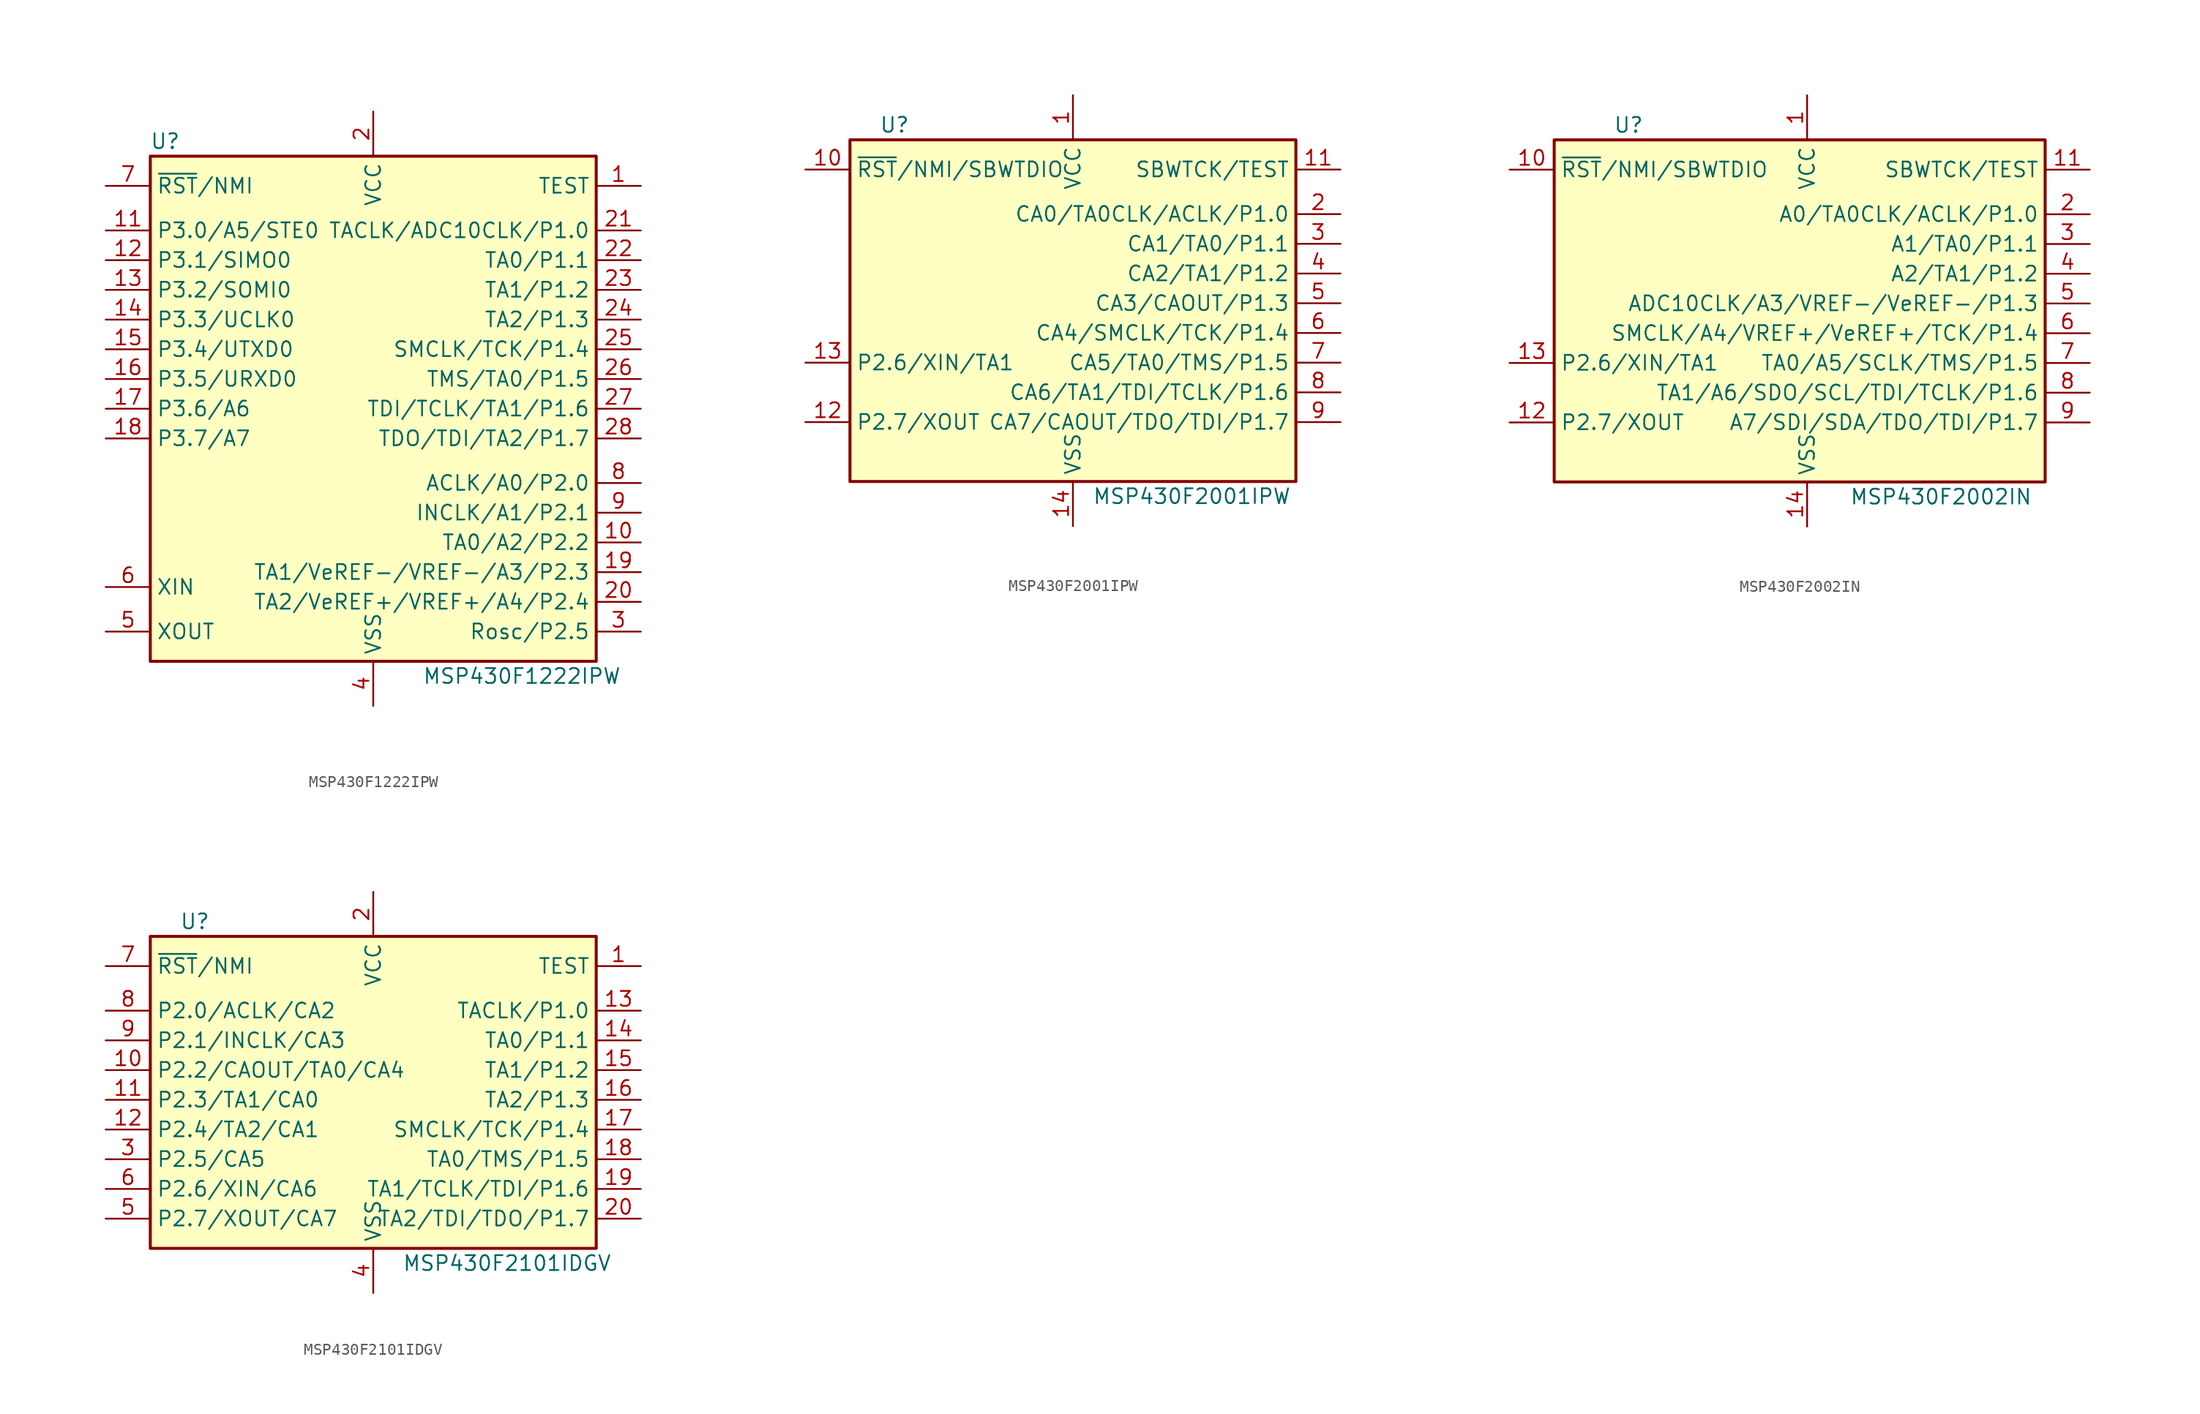
<source format=kicad_sym>
(kicad_symbol_lib
  (version 20201005)
  (generator kicad_symbol_editor)
  (symbol "MSP430F1222IPW"
    (property "Reference" "U"
      (at -17.78 22.86 0)
      (effects (font (size 1.27 1.27))))
    (property "Value" "MSP430F1222IPW"
      (at 12.7 -22.86 0)
      (effects (font (size 1.27 1.27))))
    (symbol "MSP430F1222IPW_0_1"
      (rectangle (start -19.05 21.59) (end 19.05 -21.59) (stroke (width 0.254)) (fill (type background))))
    (symbol "MSP430F1222IPW_1_1"
      (pin input line (at 22.86 19.05 180) (length 3.81) (name "TEST" (effects (font (size 1.27 1.27)))) (number "1" (effects (font (size 1.27 1.27)))))
      (pin bidirectional line (at 22.86 -11.43 180) (length 3.81) (name "TA0/A2/P2.2" (effects (font (size 1.27 1.27)))) (number "10" (effects (font (size 1.27 1.27)))))
      (pin bidirectional line (at -22.86 15.24 0) (length 3.81) (name "P3.0/A5/STE0" (effects (font (size 1.27 1.27)))) (number "11" (effects (font (size 1.27 1.27)))))
      (pin bidirectional line (at -22.86 12.7 0) (length 3.81) (name "P3.1/SIMO0" (effects (font (size 1.27 1.27)))) (number "12" (effects (font (size 1.27 1.27)))))
      (pin bidirectional line (at -22.86 10.16 0) (length 3.81) (name "P3.2/SOMI0" (effects (font (size 1.27 1.27)))) (number "13" (effects (font (size 1.27 1.27)))))
      (pin bidirectional line (at -22.86 7.62 0) (length 3.81) (name "P3.3/UCLK0" (effects (font (size 1.27 1.27)))) (number "14" (effects (font (size 1.27 1.27)))))
      (pin bidirectional line (at -22.86 5.08 0) (length 3.81) (name "P3.4/UTXD0" (effects (font (size 1.27 1.27)))) (number "15" (effects (font (size 1.27 1.27)))))
      (pin bidirectional line (at -22.86 2.54 0) (length 3.81) (name "P3.5/URXD0" (effects (font (size 1.27 1.27)))) (number "16" (effects (font (size 1.27 1.27)))))
      (pin bidirectional line (at -22.86 0 0) (length 3.81) (name "P3.6/A6" (effects (font (size 1.27 1.27)))) (number "17" (effects (font (size 1.27 1.27)))))
      (pin bidirectional line (at -22.86 -2.54 0) (length 3.81) (name "P3.7/A7" (effects (font (size 1.27 1.27)))) (number "18" (effects (font (size 1.27 1.27)))))
      (pin bidirectional line (at 22.86 -13.97 180) (length 3.81) (name "TA1/VeREF-/VREF-/A3/P2.3" (effects (font (size 1.27 1.27)))) (number "19" (effects (font (size 1.27 1.27)))))
      (pin power_in line (at 0 25.4 270) (length 3.81) (name "VCC" (effects (font (size 1.27 1.27)))) (number "2" (effects (font (size 1.27 1.27)))))
      (pin bidirectional line (at 22.86 -16.51 180) (length 3.81) (name "TA2/VeREF+/VREF+/A4/P2.4" (effects (font (size 1.27 1.27)))) (number "20" (effects (font (size 1.27 1.27)))))
      (pin bidirectional line (at 22.86 15.24 180) (length 3.81) (name "TACLK/ADC10CLK/P1.0" (effects (font (size 1.27 1.27)))) (number "21" (effects (font (size 1.27 1.27)))))
      (pin bidirectional line (at 22.86 12.7 180) (length 3.81) (name "TA0/P1.1" (effects (font (size 1.27 1.27)))) (number "22" (effects (font (size 1.27 1.27)))))
      (pin bidirectional line (at 22.86 10.16 180) (length 3.81) (name "TA1/P1.2" (effects (font (size 1.27 1.27)))) (number "23" (effects (font (size 1.27 1.27)))))
      (pin bidirectional line (at 22.86 7.62 180) (length 3.81) (name "TA2/P1.3" (effects (font (size 1.27 1.27)))) (number "24" (effects (font (size 1.27 1.27)))))
      (pin bidirectional line (at 22.86 5.08 180) (length 3.81) (name "SMCLK/TCK/P1.4" (effects (font (size 1.27 1.27)))) (number "25" (effects (font (size 1.27 1.27)))))
      (pin bidirectional line (at 22.86 2.54 180) (length 3.81) (name "TMS/TA0/P1.5" (effects (font (size 1.27 1.27)))) (number "26" (effects (font (size 1.27 1.27)))))
      (pin bidirectional line (at 22.86 0 180) (length 3.81) (name "TDI/TCLK/TA1/P1.6" (effects (font (size 1.27 1.27)))) (number "27" (effects (font (size 1.27 1.27)))))
      (pin bidirectional line (at 22.86 -2.54 180) (length 3.81) (name "TDO/TDI/TA2/P1.7" (effects (font (size 1.27 1.27)))) (number "28" (effects (font (size 1.27 1.27)))))
      (pin bidirectional line (at 22.86 -19.05 180) (length 3.81) (name "Rosc/P2.5" (effects (font (size 1.27 1.27)))) (number "3" (effects (font (size 1.27 1.27)))))
      (pin power_in line (at 0 -25.4 90) (length 3.81) (name "VSS" (effects (font (size 1.27 1.27)))) (number "4" (effects (font (size 1.27 1.27)))))
      (pin output line (at -22.86 -19.05 0) (length 3.81) (name "XOUT" (effects (font (size 1.27 1.27)))) (number "5" (effects (font (size 1.27 1.27)))))
      (pin input line (at -22.86 -15.24 0) (length 3.81) (name "XIN" (effects (font (size 1.27 1.27)))) (number "6" (effects (font (size 1.27 1.27)))))
      (pin input line (at -22.86 19.05 0) (length 3.81) (name "~RST~/NMI" (effects (font (size 1.27 1.27)))) (number "7" (effects (font (size 1.27 1.27)))))
      (pin bidirectional line (at 22.86 -6.35 180) (length 3.81) (name "ACLK/A0/P2.0" (effects (font (size 1.27 1.27)))) (number "8" (effects (font (size 1.27 1.27)))))
      (pin bidirectional line (at 22.86 -8.89 180) (length 3.81) (name "INCLK/A1/P2.1" (effects (font (size 1.27 1.27)))) (number "9" (effects (font (size 1.27 1.27)))))))
  (symbol "MSP430F2001IPW"
    (property "Reference" "U"
      (at -15.24 15.24 0)
      (effects (font (size 1.27 1.27))))
    (property "Value" "MSP430F2001IPW"
      (at 10.16 -16.51 0)
      (effects (font (size 1.27 1.27))))
    (symbol "MSP430F2001IPW_0_1"
      (rectangle (start -19.05 13.97) (end 19.05 -15.24) (stroke (width 0.254)) (fill (type background))))
    (symbol "MSP430F2001IPW_1_1"
      (pin power_in line (at 0 17.78 270) (length 3.81) (name "VCC" (effects (font (size 1.27 1.27)))) (number "1" (effects (font (size 1.27 1.27)))))
      (pin input line (at -22.86 11.43 0) (length 3.81) (name "~RST~/NMI/SBWTDIO" (effects (font (size 1.27 1.27)))) (number "10" (effects (font (size 1.27 1.27)))))
      (pin input line (at 22.86 11.43 180) (length 3.81) (name "SBWTCK/TEST" (effects (font (size 1.27 1.27)))) (number "11" (effects (font (size 1.27 1.27)))))
      (pin bidirectional line (at -22.86 -10.16 0) (length 3.81) (name "P2.7/XOUT" (effects (font (size 1.27 1.27)))) (number "12" (effects (font (size 1.27 1.27)))))
      (pin bidirectional line (at -22.86 -5.08 0) (length 3.81) (name "P2.6/XIN/TA1" (effects (font (size 1.27 1.27)))) (number "13" (effects (font (size 1.27 1.27)))))
      (pin power_in line (at 0 -19.05 90) (length 3.81) (name "VSS" (effects (font (size 1.27 1.27)))) (number "14" (effects (font (size 1.27 1.27)))))
      (pin bidirectional line (at 22.86 7.62 180) (length 3.81) (name "CA0/TA0CLK/ACLK/P1.0" (effects (font (size 1.27 1.27)))) (number "2" (effects (font (size 1.27 1.27)))))
      (pin bidirectional line (at 22.86 5.08 180) (length 3.81) (name "CA1/TA0/P1.1" (effects (font (size 1.27 1.27)))) (number "3" (effects (font (size 1.27 1.27)))))
      (pin bidirectional line (at 22.86 2.54 180) (length 3.81) (name "CA2/TA1/P1.2" (effects (font (size 1.27 1.27)))) (number "4" (effects (font (size 1.27 1.27)))))
      (pin bidirectional line (at 22.86 0 180) (length 3.81) (name "CA3/CAOUT/P1.3" (effects (font (size 1.27 1.27)))) (number "5" (effects (font (size 1.27 1.27)))))
      (pin bidirectional line (at 22.86 -2.54 180) (length 3.81) (name "CA4/SMCLK/TCK/P1.4" (effects (font (size 1.27 1.27)))) (number "6" (effects (font (size 1.27 1.27)))))
      (pin bidirectional line (at 22.86 -5.08 180) (length 3.81) (name "CA5/TA0/TMS/P1.5" (effects (font (size 1.27 1.27)))) (number "7" (effects (font (size 1.27 1.27)))))
      (pin bidirectional line (at 22.86 -7.62 180) (length 3.81) (name "CA6/TA1/TDI/TCLK/P1.6" (effects (font (size 1.27 1.27)))) (number "8" (effects (font (size 1.27 1.27)))))
      (pin bidirectional line (at 22.86 -10.16 180) (length 3.81) (name "CA7/CAOUT/TDO/TDI/P1.7" (effects (font (size 1.27 1.27)))) (number "9" (effects (font (size 1.27 1.27)))))))
  (symbol "MSP430F2002IN"
    (property "Reference" "U"
      (at -15.24 15.24 0)
      (effects (font (size 1.27 1.27))))
    (property "Value" "MSP430F2002IN"
      (at 11.43 -16.51 0)
      (effects (font (size 1.27 1.27))))
    (symbol "MSP430F2002IN_0_1"
      (rectangle (start -21.59 13.97) (end 20.32 -15.24) (stroke (width 0.254)) (fill (type background))))
    (symbol "MSP430F2002IN_1_1"
      (pin power_in line (at 0 17.78 270) (length 3.81) (name "VCC" (effects (font (size 1.27 1.27)))) (number "1" (effects (font (size 1.27 1.27)))))
      (pin input line (at -25.4 11.43 0) (length 3.81) (name "~RST~/NMI/SBWTDIO" (effects (font (size 1.27 1.27)))) (number "10" (effects (font (size 1.27 1.27)))))
      (pin input line (at 24.13 11.43 180) (length 3.81) (name "SBWTCK/TEST" (effects (font (size 1.27 1.27)))) (number "11" (effects (font (size 1.27 1.27)))))
      (pin bidirectional line (at -25.4 -10.16 0) (length 3.81) (name "P2.7/XOUT" (effects (font (size 1.27 1.27)))) (number "12" (effects (font (size 1.27 1.27)))))
      (pin bidirectional line (at -25.4 -5.08 0) (length 3.81) (name "P2.6/XIN/TA1" (effects (font (size 1.27 1.27)))) (number "13" (effects (font (size 1.27 1.27)))))
      (pin power_in line (at 0 -19.05 90) (length 3.81) (name "VSS" (effects (font (size 1.27 1.27)))) (number "14" (effects (font (size 1.27 1.27)))))
      (pin bidirectional line (at 24.13 7.62 180) (length 3.81) (name "A0/TA0CLK/ACLK/P1.0" (effects (font (size 1.27 1.27)))) (number "2" (effects (font (size 1.27 1.27)))))
      (pin bidirectional line (at 24.13 5.08 180) (length 3.81) (name "A1/TA0/P1.1" (effects (font (size 1.27 1.27)))) (number "3" (effects (font (size 1.27 1.27)))))
      (pin bidirectional line (at 24.13 2.54 180) (length 3.81) (name "A2/TA1/P1.2" (effects (font (size 1.27 1.27)))) (number "4" (effects (font (size 1.27 1.27)))))
      (pin bidirectional line (at 24.13 0 180) (length 3.81) (name "ADC10CLK/A3/VREF-/VeREF-/P1.3" (effects (font (size 1.27 1.27)))) (number "5" (effects (font (size 1.27 1.27)))))
      (pin bidirectional line (at 24.13 -2.54 180) (length 3.81) (name "SMCLK/A4/VREF+/VeREF+/TCK/P1.4" (effects (font (size 1.27 1.27)))) (number "6" (effects (font (size 1.27 1.27)))))
      (pin bidirectional line (at 24.13 -5.08 180) (length 3.81) (name "TA0/A5/SCLK/TMS/P1.5" (effects (font (size 1.27 1.27)))) (number "7" (effects (font (size 1.27 1.27)))))
      (pin bidirectional line (at 24.13 -7.62 180) (length 3.81) (name "TA1/A6/SDO/SCL/TDI/TCLK/P1.6" (effects (font (size 1.27 1.27)))) (number "8" (effects (font (size 1.27 1.27)))))
      (pin bidirectional line (at 24.13 -10.16 180) (length 3.81) (name "A7/SDI/SDA/TDO/TDI/P1.7" (effects (font (size 1.27 1.27)))) (number "9" (effects (font (size 1.27 1.27)))))))
  (symbol "MSP430F2101IDGV"
    (property "Reference" "U"
      (at -15.24 15.24 0)
      (effects (font (size 1.27 1.27))))
    (property "Value" "MSP430F2101IDGV"
      (at 11.43 -13.97 0)
      (effects (font (size 1.27 1.27))))
    (symbol "MSP430F2101IDGV_0_1"
      (rectangle (start -19.05 13.97) (end 19.05 -12.7) (stroke (width 0.254)) (fill (type background))))
    (symbol "MSP430F2101IDGV_1_1"
      (pin input line (at 22.86 11.43 180) (length 3.81) (name "TEST" (effects (font (size 1.27 1.27)))) (number "1" (effects (font (size 1.27 1.27)))))
      (pin bidirectional line (at -22.86 2.54 0) (length 3.81) (name "P2.2/CAOUT/TA0/CA4" (effects (font (size 1.27 1.27)))) (number "10" (effects (font (size 1.27 1.27)))))
      (pin bidirectional line (at -22.86 0 0) (length 3.81) (name "P2.3/TA1/CA0" (effects (font (size 1.27 1.27)))) (number "11" (effects (font (size 1.27 1.27)))))
      (pin bidirectional line (at -22.86 -2.54 0) (length 3.81) (name "P2.4/TA2/CA1" (effects (font (size 1.27 1.27)))) (number "12" (effects (font (size 1.27 1.27)))))
      (pin bidirectional line (at 22.86 7.62 180) (length 3.81) (name "TACLK/P1.0" (effects (font (size 1.27 1.27)))) (number "13" (effects (font (size 1.27 1.27)))))
      (pin bidirectional line (at 22.86 5.08 180) (length 3.81) (name "TA0/P1.1" (effects (font (size 1.27 1.27)))) (number "14" (effects (font (size 1.27 1.27)))))
      (pin bidirectional line (at 22.86 2.54 180) (length 3.81) (name "TA1/P1.2" (effects (font (size 1.27 1.27)))) (number "15" (effects (font (size 1.27 1.27)))))
      (pin bidirectional line (at 22.86 0 180) (length 3.81) (name "TA2/P1.3" (effects (font (size 1.27 1.27)))) (number "16" (effects (font (size 1.27 1.27)))))
      (pin bidirectional line (at 22.86 -2.54 180) (length 3.81) (name "SMCLK/TCK/P1.4" (effects (font (size 1.27 1.27)))) (number "17" (effects (font (size 1.27 1.27)))))
      (pin bidirectional line (at 22.86 -5.08 180) (length 3.81) (name "TA0/TMS/P1.5" (effects (font (size 1.27 1.27)))) (number "18" (effects (font (size 1.27 1.27)))))
      (pin bidirectional line (at 22.86 -7.62 180) (length 3.81) (name "TA1/TCLK/TDI/P1.6" (effects (font (size 1.27 1.27)))) (number "19" (effects (font (size 1.27 1.27)))))
      (pin power_in line (at 0 17.78 270) (length 3.81) (name "VCC" (effects (font (size 1.27 1.27)))) (number "2" (effects (font (size 1.27 1.27)))))
      (pin bidirectional line (at 22.86 -10.16 180) (length 3.81) (name "TA2/TDI/TDO/P1.7" (effects (font (size 1.27 1.27)))) (number "20" (effects (font (size 1.27 1.27)))))
      (pin bidirectional line (at -22.86 -5.08 0) (length 3.81) (name "P2.5/CA5" (effects (font (size 1.27 1.27)))) (number "3" (effects (font (size 1.27 1.27)))))
      (pin power_in line (at 0 -16.51 90) (length 3.81) (name "VSS" (effects (font (size 1.27 1.27)))) (number "4" (effects (font (size 1.27 1.27)))))
      (pin bidirectional line (at -22.86 -10.16 0) (length 3.81) (name "P2.7/XOUT/CA7" (effects (font (size 1.27 1.27)))) (number "5" (effects (font (size 1.27 1.27)))))
      (pin bidirectional line (at -22.86 -7.62 0) (length 3.81) (name "P2.6/XIN/CA6" (effects (font (size 1.27 1.27)))) (number "6" (effects (font (size 1.27 1.27)))))
      (pin input line (at -22.86 11.43 0) (length 3.81) (name "~RST~/NMI" (effects (font (size 1.27 1.27)))) (number "7" (effects (font (size 1.27 1.27)))))
      (pin bidirectional line (at -22.86 7.62 0) (length 3.81) (name "P2.0/ACLK/CA2" (effects (font (size 1.27 1.27)))) (number "8" (effects (font (size 1.27 1.27)))))
      (pin bidirectional line (at -22.86 5.08 0) (length 3.81) (name "P2.1/INCLK/CA3" (effects (font (size 1.27 1.27)))) (number "9" (effects (font (size 1.27 1.27))))))))
</source>
